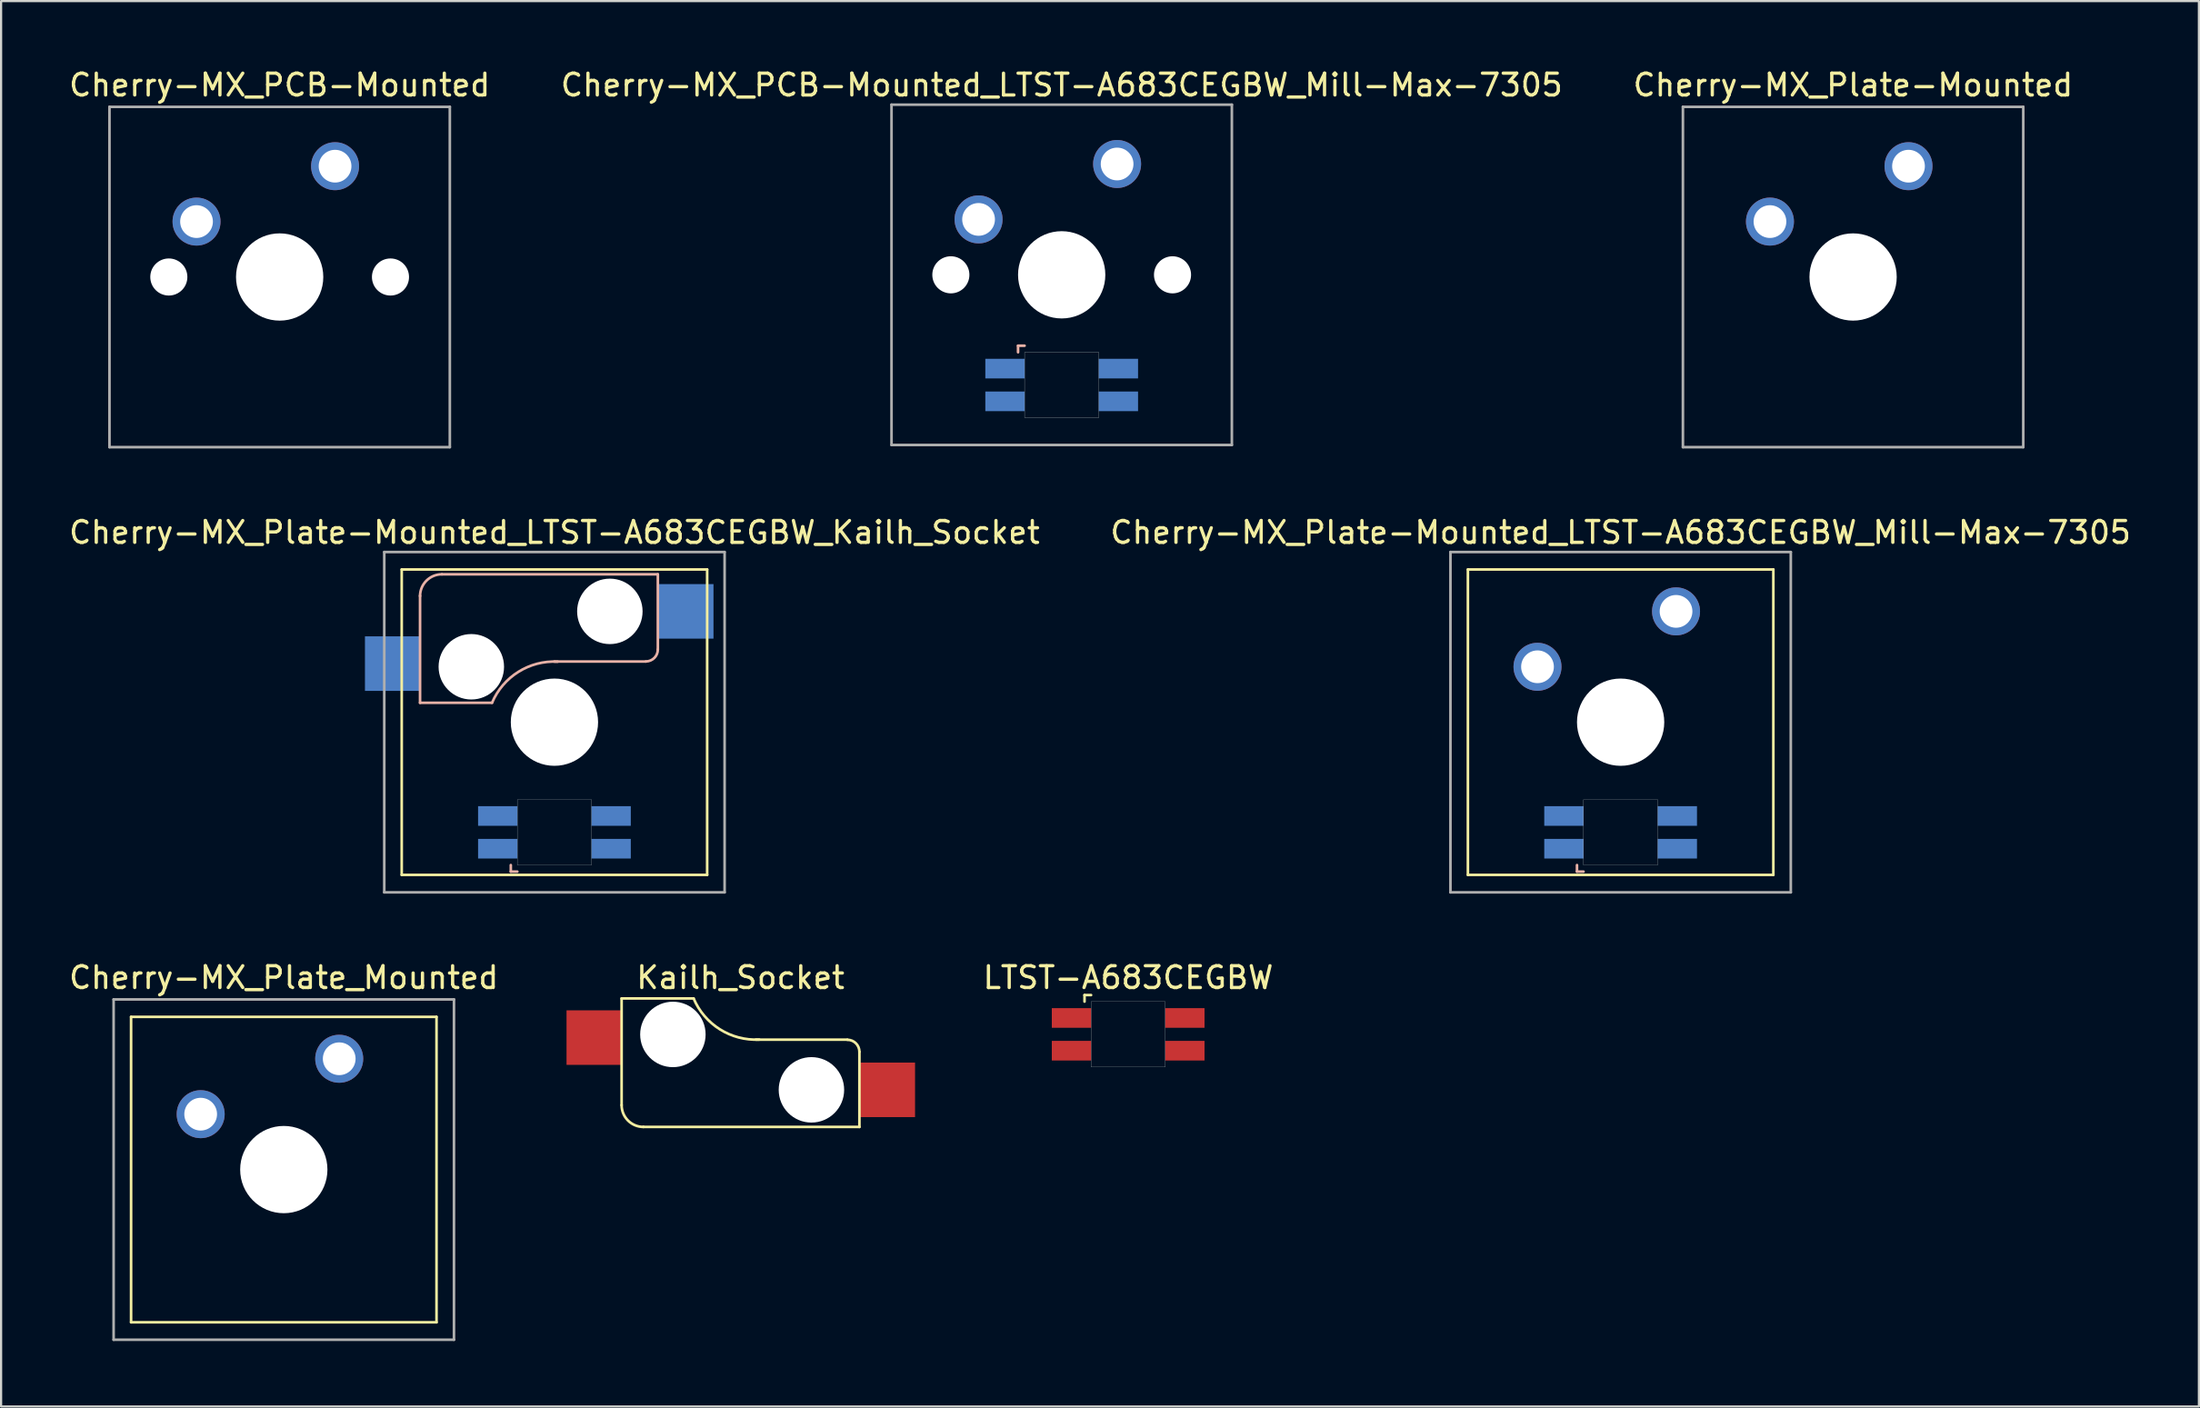
<source format=kicad_pcb>
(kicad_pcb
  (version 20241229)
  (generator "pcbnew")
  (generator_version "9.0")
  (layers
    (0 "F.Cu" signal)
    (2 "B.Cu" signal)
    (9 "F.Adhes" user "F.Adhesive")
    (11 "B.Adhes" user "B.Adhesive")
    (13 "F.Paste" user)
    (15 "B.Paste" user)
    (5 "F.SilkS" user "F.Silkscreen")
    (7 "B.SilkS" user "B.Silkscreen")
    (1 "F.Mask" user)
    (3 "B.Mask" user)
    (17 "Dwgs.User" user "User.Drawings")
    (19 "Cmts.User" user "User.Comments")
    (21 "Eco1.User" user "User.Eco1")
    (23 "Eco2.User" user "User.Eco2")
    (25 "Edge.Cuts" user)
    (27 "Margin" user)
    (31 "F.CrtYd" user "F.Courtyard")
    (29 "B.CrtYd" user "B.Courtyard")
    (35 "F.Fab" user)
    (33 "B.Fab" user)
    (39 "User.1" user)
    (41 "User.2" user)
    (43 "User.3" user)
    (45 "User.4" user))
  (footprint "Kailh_Socket"
    (layer "F.Cu")
    (at 30.892 45.665)
    (property "Reference" "Kailh_Socket" (at 0 -3.9 0) (layer "F.SilkS") (effects (font (size 1 1) (thickness 0.15))))
    (attr through_hole)
    (fp_line (start -5.45 -2.945) (end -2.15 -2.945) (stroke (width 0.12) (type solid)) (layer "F.SilkS"))
    (fp_line (start -5.45 1.945) (end -5.45 -2.945) (stroke (width 0.12) (type solid)) (layer "F.SilkS"))
    (fp_line (start -4.45 2.945) (end 5.45 2.945) (stroke (width 0.12) (type solid)) (layer "F.SilkS"))
    (fp_line (start 4.9 -1.055) (end 0.7 -1.055) (stroke (width 0.12) (type solid)) (layer "F.SilkS"))
    (fp_line (start 5.45 2.945) (end 5.45 -0.5) (stroke (width 0.12) (type solid)) (layer "F.SilkS"))
    (fp_arc (start -4.449999 2.945) (mid -5.157106 2.652107) (end -5.45 1.945001) (stroke (width 0.12) (type solid)) (layer "F.SilkS"))
    (fp_arc (start 0.857573 -1.059743) (mid -0.943423 -1.52823) (end -2.149999 -2.945) (stroke (width 0.12) (type solid)) (layer "F.SilkS"))
    (fp_arc (start 4.9 -1.05) (mid 5.288909 -0.888909) (end 5.45 -0.5) (stroke (width 0.12) (type solid)) (layer "F.SilkS"))
    (pad "" np_thru_hole circle (at -3.1 -1.295) (size 3 3) (drill 3) (layers "*.Cu" "*.Mask"))
    (pad "" np_thru_hole circle (at 3.25 1.245) (size 3 3) (drill 3) (layers "*.Cu" "*.Mask"))
    (pad "1" smd rect (at -6.7 -1.15) (size 2.55 2.5) (layers "F.Cu" "F.Mask" "F.Paste"))
    (pad "2" smd rect (at 6.725 1.245) (size 2.55 2.5) (layers "F.Cu" "F.Mask" "F.Paste")))
  (footprint "Cherry-MX_PCB-Mounted"
    (layer "F.Cu")
    (at 9.768 9.648)
    (property "Reference" "Cherry-MX_PCB-Mounted" (at 0 -8.8 0) (layer "F.SilkS") (effects (font (size 1 1) (thickness 0.15))))
    (attr through_hole)
    (fp_line (start -7.8 -7.8) (end -7.8 7.8) (stroke (width 0.12) (type solid)) (layer "F.Fab"))
    (fp_line (start -7.8 -7.8) (end 7.8 -7.8) (stroke (width 0.12) (type solid)) (layer "F.Fab"))
    (fp_line (start -7.8 7.8) (end 7.8 7.8) (stroke (width 0.12) (type solid)) (layer "F.Fab"))
    (fp_line (start 7.8 -7.8) (end 7.8 7.8) (stroke (width 0.12) (type solid)) (layer "F.Fab"))
    (pad "" np_thru_hole circle (at -5.08 0) (size 1.7 1.7) (drill 1.7) (layers "*.Cu" "*.Mask"))
    (pad "" np_thru_hole circle (at 0 0) (size 4 4) (drill 4) (layers "*.Cu" "*.Mask"))
    (pad "" np_thru_hole circle (at 5.08 0) (size 1.7 1.7) (drill 1.7) (layers "*.Cu" "*.Mask"))
    (pad "1" thru_hole circle (at -3.81 -2.54) (size 2.2 2.2) (drill 1.5) (layers "*.Cu" "*.Mask"))
    (pad "2" thru_hole circle (at 2.54 -5.08) (size 2.2 2.2) (drill 1.5) (layers "*.Cu" "*.Mask")))
  (footprint "Cherry-MX_PCB-Mounted_LTST-A683CEGBW_Mill-Max-7305"
    (layer "F.Cu")
    (at 45.613 9.548)
    (property "Reference" "Cherry-MX_PCB-Mounted_LTST-A683CEGBW_Mill-Max-7305" (at 0 -8.7 0) (layer "F.SilkS") (effects (font (size 1 1) (thickness 0.15))))
    (attr through_hole)
    (fp_line (start -2 3.25) (end -2 3.55) (stroke (width 0.12) (type solid)) (layer "B.SilkS"))
    (fp_line (start -1.7 3.25) (end -2 3.25) (stroke (width 0.12) (type solid)) (layer "B.SilkS"))
    (fp_poly (pts (xy 1.7 6.55) (xy -1.7 6.55) (xy -1.7 3.55) (xy 1.7 3.55)) (stroke (width 0.01) (type solid)) (fill no) (layer "Edge.Cuts"))
    (fp_line (start -7.8 -7.8) (end 7.8 -7.8) (stroke (width 0.12) (type solid)) (layer "F.Fab"))
    (fp_line (start -7.8 7.8) (end -7.8 -7.8) (stroke (width 0.12) (type solid)) (layer "F.Fab"))
    (fp_line (start 7.8 7.8) (end -7.8 7.8) (stroke (width 0.12) (type solid)) (layer "F.Fab"))
    (fp_line (start 7.8 7.8) (end 7.8 -7.8) (stroke (width 0.12) (type solid)) (layer "F.Fab"))
    (pad "" np_thru_hole circle (at -5.08 0) (size 1.7 1.7) (drill 1.7) (layers "*.Cu" "*.Mask"))
    (pad "" np_thru_hole circle (at 0 0) (size 4 4) (drill 4) (layers "*.Cu" "*.Mask"))
    (pad "" np_thru_hole circle (at 5.08 0) (size 1.7 1.7) (drill 1.7) (layers "*.Cu" "*.Mask"))
    (pad "1" smd rect (at -2.6 4.3) (size 1.8 0.9) (layers "B.Cu" "B.Mask" "B.Paste"))
    (pad "2" smd rect (at -2.6 5.8) (size 1.8 0.9) (layers "B.Cu" "B.Mask" "B.Paste"))
    (pad "3" smd rect (at 2.6 4.3) (size 1.8 0.9) (layers "B.Cu" "B.Mask" "B.Paste"))
    (pad "4" smd rect (at 2.6 5.8) (size 1.8 0.9) (layers "B.Cu" "B.Mask" "B.Paste"))
    (pad "5" thru_hole circle (at -3.81 -2.54) (size 2.2 2.2) (drill 1.5) (layers "*.Cu" "*.Mask"))
    (pad "6" thru_hole circle (at 2.54 -5.08) (size 2.2 2.2) (drill 1.5) (layers "*.Cu" "*.Mask")))
  (footprint "Cherry-MX_Plate-Mounted_LTST-A683CEGBW_Kailh_Socket"
    (layer "F.Cu")
    (at 22.363 30.056)
    (property "Reference" "Cherry-MX_Plate-Mounted_LTST-A683CEGBW_Kailh_Socket" (at 0 -8.7 0) (layer "F.SilkS") (effects (font (size 1 1) (thickness 0.15))))
    (attr through_hole)
    (fp_line (start -7 -7) (end -7 7) (stroke (width 0.12) (type solid)) (layer "F.SilkS"))
    (fp_line (start -7 -7) (end 7 -7) (stroke (width 0.12) (type solid)) (layer "F.SilkS"))
    (fp_line (start -7 7) (end 7 7) (stroke (width 0.12) (type solid)) (layer "F.SilkS"))
    (fp_line (start 7 -7) (end 7 7) (stroke (width 0.12) (type solid)) (layer "F.SilkS"))
    (fp_line (start -6.16 -5.8) (end -6.16 -0.89) (stroke (width 0.12) (type solid)) (layer "B.SilkS"))
    (fp_line (start -6.16 -0.89) (end -2.86 -0.89) (stroke (width 0.12) (type solid)) (layer "B.SilkS"))
    (fp_line (start -5.16 -6.78) (end 4.74 -6.78) (stroke (width 0.12) (type solid)) (layer "B.SilkS"))
    (fp_line (start -2 6.55) (end -2 6.85) (stroke (width 0.12) (type solid)) (layer "B.SilkS"))
    (fp_line (start -1.7 6.85) (end -2 6.85) (stroke (width 0.12) (type solid)) (layer "B.SilkS"))
    (fp_line (start 4.19 -2.78) (end -0.01 -2.78) (stroke (width 0.12) (type solid)) (layer "B.SilkS"))
    (fp_line (start 4.74 -6.78) (end 4.74 -3.335) (stroke (width 0.12) (type solid)) (layer "B.SilkS"))
    (fp_arc (start -6.16 -5.78) (mid -5.867107 -6.487107) (end -5.16 -6.78) (stroke (width 0.12) (type solid)) (layer "B.SilkS"))
    (fp_arc (start -2.86 -0.89) (mid -1.653424 -2.306771) (end 0.147572 -2.775258) (stroke (width 0.12) (type solid)) (layer "B.SilkS"))
    (fp_arc (start 4.74 -3.335) (mid 4.578909 -2.946091) (end 4.19 -2.785) (stroke (width 0.12) (type solid)) (layer "B.SilkS"))
    (fp_poly (pts (xy 1.7 3.55) (xy -1.7 3.55) (xy -1.7 6.55) (xy 1.7 6.55)) (stroke (width 0.01) (type solid)) (fill no) (layer "Edge.Cuts"))
    (fp_line (start -7.8 -7.8) (end 7.8 -7.8) (stroke (width 0.12) (type solid)) (layer "F.Fab"))
    (fp_line (start -7.8 7.8) (end -7.8 -7.8) (stroke (width 0.12) (type solid)) (layer "F.Fab"))
    (fp_line (start 7.8 7.8) (end -7.8 7.8) (stroke (width 0.12) (type solid)) (layer "F.Fab"))
    (fp_line (start 7.8 7.8) (end 7.8 -7.8) (stroke (width 0.12) (type solid)) (layer "F.Fab"))
    (pad "" np_thru_hole circle (at -3.81 -2.54) (size 3 3) (drill 3) (layers "*.Cu" "*.Mask"))
    (pad "" np_thru_hole circle (at 0 0) (size 4 4) (drill 4) (layers "*.Cu" "*.Mask"))
    (pad "" np_thru_hole circle (at 2.54 -5.08) (size 3 3) (drill 3) (layers "*.Cu" "*.Mask"))
    (pad "1" smd rect (at -2.6 5.8) (size 1.8 0.9) (layers "B.Cu" "B.Mask" "B.Paste"))
    (pad "2" smd rect (at -2.6 4.3) (size 1.8 0.9) (layers "B.Cu" "B.Mask" "B.Paste"))
    (pad "3" smd rect (at 2.6 5.8) (size 1.8 0.9) (layers "B.Cu" "B.Mask" "B.Paste"))
    (pad "4" smd rect (at 2.6 4.3) (size 1.8 0.9) (layers "B.Cu" "B.Mask" "B.Paste"))
    (pad "5" smd rect (at -7.41 -2.685) (size 2.55 2.5) (layers "B.Cu" "B.Mask" "B.Paste"))
    (pad "6" smd rect (at 6.015 -5.08) (size 2.55 2.5) (layers "B.Cu" "B.Mask" "B.Paste")))
  (footprint "LTST-A683CEGBW"
    (layer "F.Cu")
    (at 48.66 44.365)
    (property "Reference" "LTST-A683CEGBW" (at 0 -2.6 0) (layer "F.SilkS") (effects (font (size 1 1) (thickness 0.15))))
    (attr through_hole)
    (fp_line (start -2 -1.5) (end -2 -1.8) (stroke (width 0.12) (type solid)) (layer "F.SilkS"))
    (fp_line (start -1.7 -1.8) (end -2 -1.8) (stroke (width 0.12) (type solid)) (layer "F.SilkS"))
    (fp_poly (pts (xy 1.7 1.5) (xy -1.7 1.5) (xy -1.7 -1.5) (xy 1.7 -1.5)) (stroke (width 0.01) (type solid)) (fill no) (layer "Edge.Cuts"))
    (pad "1" smd rect (at -2.6 -0.75) (size 1.8 0.9) (layers "F.Cu" "F.Mask" "F.Paste"))
    (pad "2" smd rect (at -2.6 0.75) (size 1.8 0.9) (layers "F.Cu" "F.Mask" "F.Paste"))
    (pad "3" smd rect (at 2.6 -0.75) (size 1.8 0.9) (layers "F.Cu" "F.Mask" "F.Paste"))
    (pad "4" smd rect (at 2.6 0.75) (size 1.8 0.9) (layers "F.Cu" "F.Mask" "F.Paste")))
  (footprint "Cherry-MX_Plate-Mounted_LTST-A683CEGBW_Mill-Max-7305"
    (layer "F.Cu")
    (at 71.232 30.056)
    (property "Reference" "Cherry-MX_Plate-Mounted_LTST-A683CEGBW_Mill-Max-7305" (at 0 -8.7 0) (layer "F.SilkS") (effects (font (size 1 1) (thickness 0.15))))
    (attr through_hole)
    (fp_line (start -7 -7) (end -7 7) (stroke (width 0.12) (type solid)) (layer "F.SilkS"))
    (fp_line (start -7 -7) (end 7 -7) (stroke (width 0.12) (type solid)) (layer "F.SilkS"))
    (fp_line (start -7 7) (end 7 7) (stroke (width 0.12) (type solid)) (layer "F.SilkS"))
    (fp_line (start 7 -7) (end 7 7) (stroke (width 0.12) (type solid)) (layer "F.SilkS"))
    (fp_line (start -2 6.55) (end -2 6.85) (stroke (width 0.12) (type solid)) (layer "B.SilkS"))
    (fp_line (start -1.7 6.85) (end -2 6.85) (stroke (width 0.12) (type solid)) (layer "B.SilkS"))
    (fp_poly (pts (xy 1.7 3.55) (xy -1.7 3.55) (xy -1.7 6.55) (xy 1.7 6.55)) (stroke (width 0.01) (type solid)) (fill no) (layer "Edge.Cuts"))
    (fp_line (start -7.8 -7.8) (end 7.8 -7.8) (stroke (width 0.12) (type solid)) (layer "F.Fab"))
    (fp_line (start -7.8 7.8) (end -7.8 -7.8) (stroke (width 0.12) (type solid)) (layer "F.Fab"))
    (fp_line (start 7.8 7.8) (end -7.8 7.8) (stroke (width 0.12) (type solid)) (layer "F.Fab"))
    (fp_line (start 7.8 7.8) (end 7.8 -7.8) (stroke (width 0.12) (type solid)) (layer "F.Fab"))
    (pad "" np_thru_hole circle (at 0 0) (size 4 4) (drill 4) (layers "*.Cu" "*.Mask"))
    (pad "1" smd rect (at -2.6 5.8) (size 1.8 0.9) (layers "B.Cu" "B.Mask" "B.Paste"))
    (pad "2" smd rect (at -2.6 4.3) (size 1.8 0.9) (layers "B.Cu" "B.Mask" "B.Paste"))
    (pad "3" smd rect (at 2.6 5.8) (size 1.8 0.9) (layers "B.Cu" "B.Mask" "B.Paste"))
    (pad "4" smd rect (at 2.6 4.3) (size 1.8 0.9) (layers "B.Cu" "B.Mask" "B.Paste"))
    (pad "5" thru_hole circle (at -3.81 -2.54) (size 2.2 2.2) (drill 1.5) (layers "*.Cu" "*.Mask"))
    (pad "6" thru_hole circle (at 2.54 -5.08) (size 2.2 2.2) (drill 1.5) (layers "*.Cu" "*.Mask")))
  (footprint "Cherry-MX_Plate-Mounted"
    (layer "F.Cu")
    (at 81.887 9.648)
    (property "Reference" "Cherry-MX_Plate-Mounted" (at 0 -8.8 0) (layer "F.SilkS") (effects (font (size 1 1) (thickness 0.15))))
    (attr through_hole)
    (fp_line (start -7.8 -7.8) (end -7.8 7.8) (stroke (width 0.12) (type solid)) (layer "F.Fab"))
    (fp_line (start -7.8 -7.8) (end 7.8 -7.8) (stroke (width 0.12) (type solid)) (layer "F.Fab"))
    (fp_line (start -7.8 7.8) (end 7.8 7.8) (stroke (width 0.12) (type solid)) (layer "F.Fab"))
    (fp_line (start 7.8 -7.8) (end 7.8 7.8) (stroke (width 0.12) (type solid)) (layer "F.Fab"))
    (pad "" np_thru_hole circle (at 0 0) (size 4 4) (drill 4) (layers "*.Cu" "*.Mask"))
    (pad "1" thru_hole circle (at -3.81 -2.54) (size 2.2 2.2) (drill 1.5) (layers "*.Cu" "*.Mask"))
    (pad "2" thru_hole circle (at 2.54 -5.08) (size 2.2 2.2) (drill 1.5) (layers "*.Cu" "*.Mask")))
  (footprint "Cherry-MX_Plate_Mounted"
    (layer "F.Cu")
    (at 9.958 50.565)
    (property "Reference" "Cherry-MX_Plate_Mounted" (at 0 -8.8 0) (layer "F.SilkS") (effects (font (size 1 1) (thickness 0.15))))
    (attr through_hole)
    (fp_line (start -7 -7) (end -7 7) (stroke (width 0.12) (type solid)) (layer "F.SilkS"))
    (fp_line (start -7 -7) (end 7 -7) (stroke (width 0.12) (type solid)) (layer "F.SilkS"))
    (fp_line (start -7 7) (end 7 7) (stroke (width 0.12) (type solid)) (layer "F.SilkS"))
    (fp_line (start 7 -7) (end 7 7) (stroke (width 0.12) (type solid)) (layer "F.SilkS"))
    (fp_line (start -7.8 -7.8) (end -7.8 7.8) (stroke (width 0.12) (type solid)) (layer "F.Fab"))
    (fp_line (start -7.8 -7.8) (end 7.8 -7.8) (stroke (width 0.12) (type solid)) (layer "F.Fab"))
    (fp_line (start -7.8 7.8) (end 7.8 7.8) (stroke (width 0.12) (type solid)) (layer "F.Fab"))
    (fp_line (start 7.8 -7.8) (end 7.8 7.8) (stroke (width 0.12) (type solid)) (layer "F.Fab"))
    (pad "" np_thru_hole circle (at 0 0) (size 4 4) (drill 4) (layers "*.Cu" "*.Mask"))
    (pad "1" thru_hole circle (at -3.81 -2.54) (size 2.2 2.2) (drill 1.5) (layers "*.Cu" "*.Mask"))
    (pad "2" thru_hole circle (at 2.54 -5.08) (size 2.2 2.2) (drill 1.5) (layers "*.Cu" "*.Mask")))
  (gr_rect
    (start -3 -3)
    (end 97.738 61.425)
    (stroke (width 0.1) (type default))
    (fill no)
    (layer "Edge.Cuts")))
</source>
